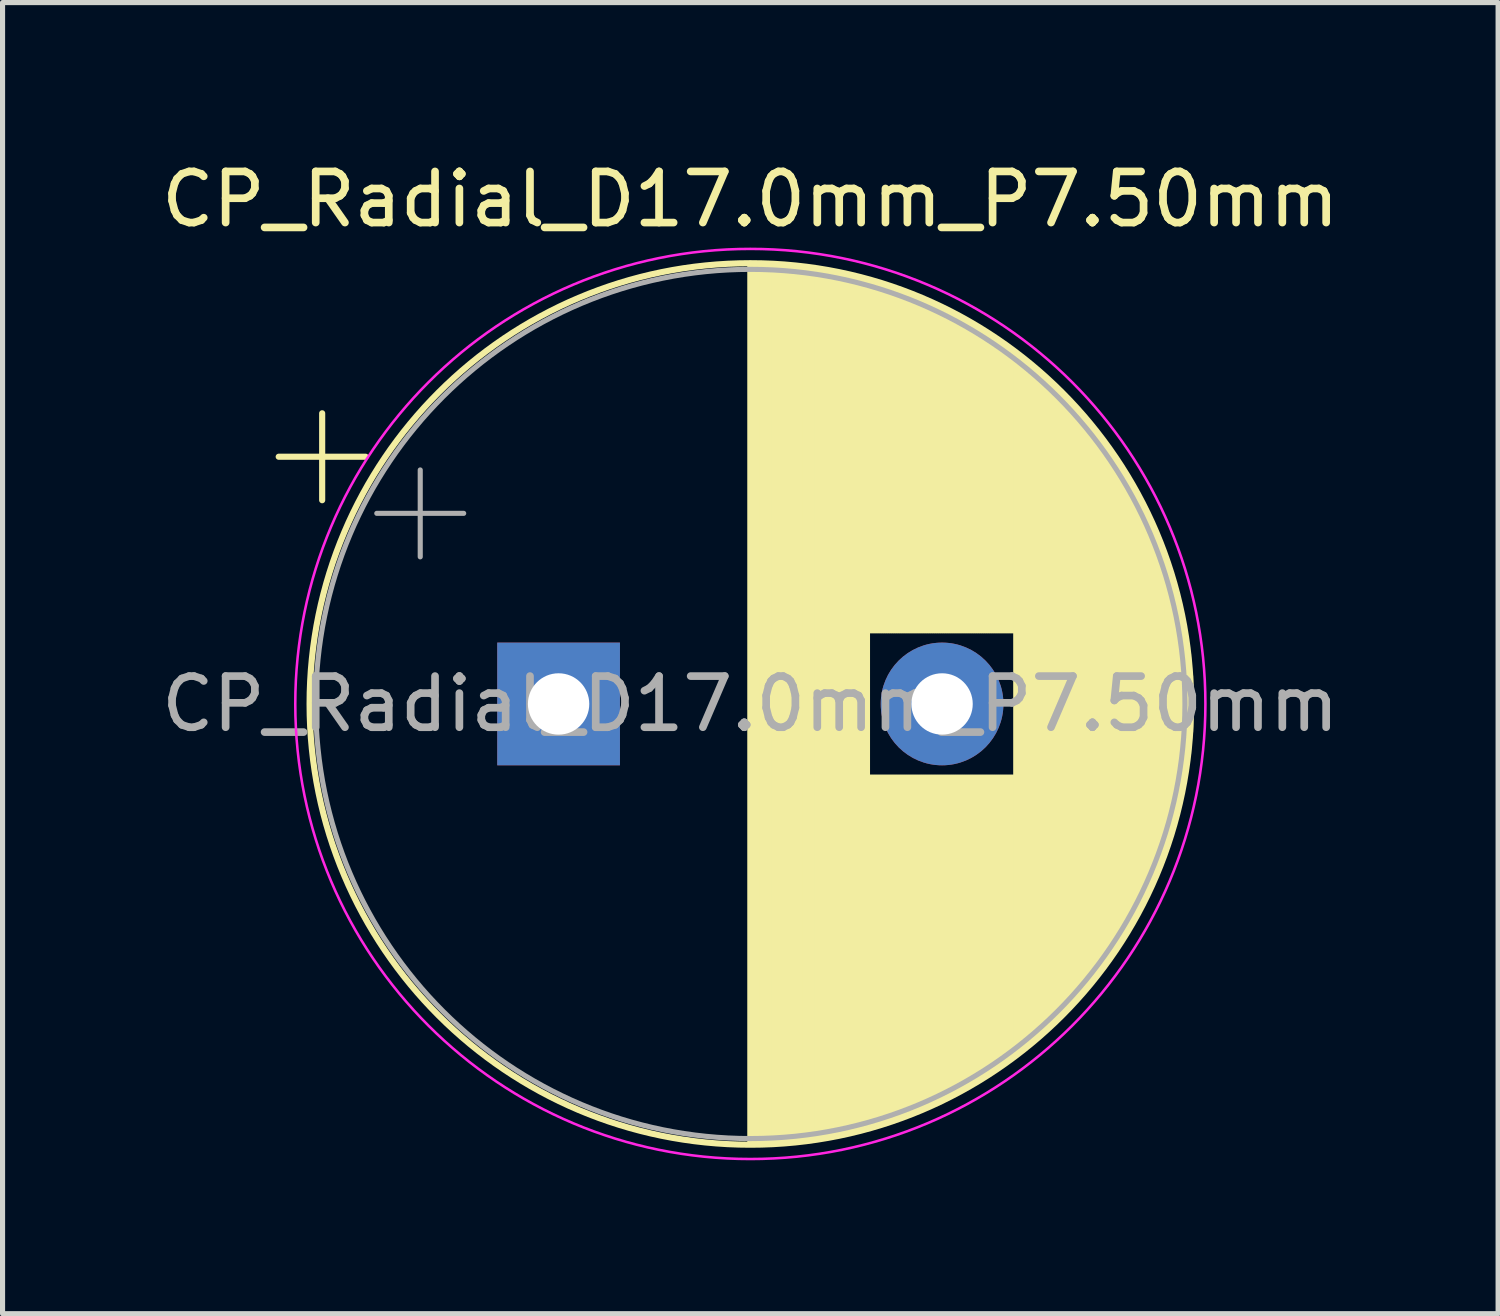
<source format=kicad_pcb>
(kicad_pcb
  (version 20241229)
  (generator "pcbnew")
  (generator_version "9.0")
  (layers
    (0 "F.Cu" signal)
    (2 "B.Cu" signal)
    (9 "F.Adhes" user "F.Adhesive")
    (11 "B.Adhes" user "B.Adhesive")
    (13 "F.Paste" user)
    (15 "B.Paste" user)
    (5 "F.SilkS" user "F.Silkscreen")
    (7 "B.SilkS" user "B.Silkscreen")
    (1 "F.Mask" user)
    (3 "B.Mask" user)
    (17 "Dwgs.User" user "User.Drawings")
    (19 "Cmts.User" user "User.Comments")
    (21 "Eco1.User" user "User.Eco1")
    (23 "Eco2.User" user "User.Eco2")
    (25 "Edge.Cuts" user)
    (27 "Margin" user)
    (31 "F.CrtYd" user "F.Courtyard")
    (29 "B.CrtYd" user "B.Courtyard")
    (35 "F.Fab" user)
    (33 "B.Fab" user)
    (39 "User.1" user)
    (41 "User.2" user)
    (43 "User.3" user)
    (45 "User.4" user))
  (footprint "CP_Radial_D17.0mm_P7.50mm"
    (layer "F.Cu")
    (at 7.875 10.718)
    (property "Reference" "CP_Radial_D17.0mm_P7.50mm" (at 3.75 -9.87 0) (layer "F.SilkS") (effects (font (size 1 1) (thickness 0.15))))
    (attr through_hole)
    (fp_line (start -5.474 -4.835) (end -3.774 -4.835) (stroke (width 0.12) (type solid)) (layer "F.SilkS"))
    (fp_line (start -4.624 -5.685) (end -4.624 -3.985) (stroke (width 0.12) (type solid)) (layer "F.SilkS"))
    (fp_line (start 3.75 -8.581) (end 3.75 8.581) (stroke (width 0.12) (type solid)) (layer "F.SilkS"))
    (fp_line (start 3.79 -8.58) (end 3.79 8.58) (stroke (width 0.12) (type solid)) (layer "F.SilkS"))
    (fp_line (start 3.83 -8.58) (end 3.83 8.58) (stroke (width 0.12) (type solid)) (layer "F.SilkS"))
    (fp_line (start 3.87 -8.58) (end 3.87 8.58) (stroke (width 0.12) (type solid)) (layer "F.SilkS"))
    (fp_line (start 3.91 -8.579) (end 3.91 8.579) (stroke (width 0.12) (type solid)) (layer "F.SilkS"))
    (fp_line (start 3.95 -8.578) (end 3.95 8.578) (stroke (width 0.12) (type solid)) (layer "F.SilkS"))
    (fp_line (start 3.99 -8.577) (end 3.99 8.577) (stroke (width 0.12) (type solid)) (layer "F.SilkS"))
    (fp_line (start 4.03 -8.576) (end 4.03 8.576) (stroke (width 0.12) (type solid)) (layer "F.SilkS"))
    (fp_line (start 4.07 -8.575) (end 4.07 8.575) (stroke (width 0.12) (type solid)) (layer "F.SilkS"))
    (fp_line (start 4.11 -8.573) (end 4.11 8.573) (stroke (width 0.12) (type solid)) (layer "F.SilkS"))
    (fp_line (start 4.15 -8.571) (end 4.15 8.571) (stroke (width 0.12) (type solid)) (layer "F.SilkS"))
    (fp_line (start 4.19 -8.569) (end 4.19 8.569) (stroke (width 0.12) (type solid)) (layer "F.SilkS"))
    (fp_line (start 4.23 -8.567) (end 4.23 8.567) (stroke (width 0.12) (type solid)) (layer "F.SilkS"))
    (fp_line (start 4.27 -8.565) (end 4.27 8.565) (stroke (width 0.12) (type solid)) (layer "F.SilkS"))
    (fp_line (start 4.31 -8.562) (end 4.31 8.562) (stroke (width 0.12) (type solid)) (layer "F.SilkS"))
    (fp_line (start 4.35 -8.56) (end 4.35 8.56) (stroke (width 0.12) (type solid)) (layer "F.SilkS"))
    (fp_line (start 4.39 -8.557) (end 4.39 8.557) (stroke (width 0.12) (type solid)) (layer "F.SilkS"))
    (fp_line (start 4.43 -8.554) (end 4.43 8.554) (stroke (width 0.12) (type solid)) (layer "F.SilkS"))
    (fp_line (start 4.471 -8.55) (end 4.471 8.55) (stroke (width 0.12) (type solid)) (layer "F.SilkS"))
    (fp_line (start 4.511 -8.547) (end 4.511 8.547) (stroke (width 0.12) (type solid)) (layer "F.SilkS"))
    (fp_line (start 4.551 -8.543) (end 4.551 8.543) (stroke (width 0.12) (type solid)) (layer "F.SilkS"))
    (fp_line (start 4.591 -8.539) (end 4.591 8.539) (stroke (width 0.12) (type solid)) (layer "F.SilkS"))
    (fp_line (start 4.631 -8.535) (end 4.631 8.535) (stroke (width 0.12) (type solid)) (layer "F.SilkS"))
    (fp_line (start 4.671 -8.531) (end 4.671 8.531) (stroke (width 0.12) (type solid)) (layer "F.SilkS"))
    (fp_line (start 4.711 -8.527) (end 4.711 8.527) (stroke (width 0.12) (type solid)) (layer "F.SilkS"))
    (fp_line (start 4.751 -8.522) (end 4.751 8.522) (stroke (width 0.12) (type solid)) (layer "F.SilkS"))
    (fp_line (start 4.791 -8.518) (end 4.791 8.518) (stroke (width 0.12) (type solid)) (layer "F.SilkS"))
    (fp_line (start 4.831 -8.513) (end 4.831 8.513) (stroke (width 0.12) (type solid)) (layer "F.SilkS"))
    (fp_line (start 4.871 -8.507) (end 4.871 8.507) (stroke (width 0.12) (type solid)) (layer "F.SilkS"))
    (fp_line (start 4.911 -8.502) (end 4.911 8.502) (stroke (width 0.12) (type solid)) (layer "F.SilkS"))
    (fp_line (start 4.951 -8.497) (end 4.951 8.497) (stroke (width 0.12) (type solid)) (layer "F.SilkS"))
    (fp_line (start 4.991 -8.491) (end 4.991 8.491) (stroke (width 0.12) (type solid)) (layer "F.SilkS"))
    (fp_line (start 5.031 -8.485) (end 5.031 8.485) (stroke (width 0.12) (type solid)) (layer "F.SilkS"))
    (fp_line (start 5.071 -8.479) (end 5.071 8.479) (stroke (width 0.12) (type solid)) (layer "F.SilkS"))
    (fp_line (start 5.111 -8.473) (end 5.111 8.473) (stroke (width 0.12) (type solid)) (layer "F.SilkS"))
    (fp_line (start 5.151 -8.466) (end 5.151 8.466) (stroke (width 0.12) (type solid)) (layer "F.SilkS"))
    (fp_line (start 5.191 -8.459) (end 5.191 8.459) (stroke (width 0.12) (type solid)) (layer "F.SilkS"))
    (fp_line (start 5.231 -8.452) (end 5.231 8.452) (stroke (width 0.12) (type solid)) (layer "F.SilkS"))
    (fp_line (start 5.271 -8.445) (end 5.271 8.445) (stroke (width 0.12) (type solid)) (layer "F.SilkS"))
    (fp_line (start 5.311 -8.438) (end 5.311 8.438) (stroke (width 0.12) (type solid)) (layer "F.SilkS"))
    (fp_line (start 5.351 -8.431) (end 5.351 8.431) (stroke (width 0.12) (type solid)) (layer "F.SilkS"))
    (fp_line (start 5.391 -8.423) (end 5.391 8.423) (stroke (width 0.12) (type solid)) (layer "F.SilkS"))
    (fp_line (start 5.431 -8.415) (end 5.431 8.415) (stroke (width 0.12) (type solid)) (layer "F.SilkS"))
    (fp_line (start 5.471 -8.407) (end 5.471 8.407) (stroke (width 0.12) (type solid)) (layer "F.SilkS"))
    (fp_line (start 5.511 -8.399) (end 5.511 8.399) (stroke (width 0.12) (type solid)) (layer "F.SilkS"))
    (fp_line (start 5.551 -8.39) (end 5.551 8.39) (stroke (width 0.12) (type solid)) (layer "F.SilkS"))
    (fp_line (start 5.591 -8.382) (end 5.591 8.382) (stroke (width 0.12) (type solid)) (layer "F.SilkS"))
    (fp_line (start 5.631 -8.373) (end 5.631 8.373) (stroke (width 0.12) (type solid)) (layer "F.SilkS"))
    (fp_line (start 5.671 -8.364) (end 5.671 8.364) (stroke (width 0.12) (type solid)) (layer "F.SilkS"))
    (fp_line (start 5.711 -8.355) (end 5.711 8.355) (stroke (width 0.12) (type solid)) (layer "F.SilkS"))
    (fp_line (start 5.751 -8.345) (end 5.751 8.345) (stroke (width 0.12) (type solid)) (layer "F.SilkS"))
    (fp_line (start 5.791 -8.336) (end 5.791 8.336) (stroke (width 0.12) (type solid)) (layer "F.SilkS"))
    (fp_line (start 5.831 -8.326) (end 5.831 8.326) (stroke (width 0.12) (type solid)) (layer "F.SilkS"))
    (fp_line (start 5.871 -8.316) (end 5.871 8.316) (stroke (width 0.12) (type solid)) (layer "F.SilkS"))
    (fp_line (start 5.911 -8.305) (end 5.911 8.305) (stroke (width 0.12) (type solid)) (layer "F.SilkS"))
    (fp_line (start 5.951 -8.295) (end 5.951 8.295) (stroke (width 0.12) (type solid)) (layer "F.SilkS"))
    (fp_line (start 5.991 -8.284) (end 5.991 8.284) (stroke (width 0.12) (type solid)) (layer "F.SilkS"))
    (fp_line (start 6.031 -8.274) (end 6.031 8.274) (stroke (width 0.12) (type solid)) (layer "F.SilkS"))
    (fp_line (start 6.071 -8.262) (end 6.071 -1.44) (stroke (width 0.12) (type solid)) (layer "F.SilkS"))
    (fp_line (start 6.071 1.44) (end 6.071 8.262) (stroke (width 0.12) (type solid)) (layer "F.SilkS"))
    (fp_line (start 6.111 -8.251) (end 6.111 -1.44) (stroke (width 0.12) (type solid)) (layer "F.SilkS"))
    (fp_line (start 6.111 1.44) (end 6.111 8.251) (stroke (width 0.12) (type solid)) (layer "F.SilkS"))
    (fp_line (start 6.151 -8.24) (end 6.151 -1.44) (stroke (width 0.12) (type solid)) (layer "F.SilkS"))
    (fp_line (start 6.151 1.44) (end 6.151 8.24) (stroke (width 0.12) (type solid)) (layer "F.SilkS"))
    (fp_line (start 6.191 -8.228) (end 6.191 -1.44) (stroke (width 0.12) (type solid)) (layer "F.SilkS"))
    (fp_line (start 6.191 1.44) (end 6.191 8.228) (stroke (width 0.12) (type solid)) (layer "F.SilkS"))
    (fp_line (start 6.231 -8.216) (end 6.231 -1.44) (stroke (width 0.12) (type solid)) (layer "F.SilkS"))
    (fp_line (start 6.231 1.44) (end 6.231 8.216) (stroke (width 0.12) (type solid)) (layer "F.SilkS"))
    (fp_line (start 6.271 -8.204) (end 6.271 -1.44) (stroke (width 0.12) (type solid)) (layer "F.SilkS"))
    (fp_line (start 6.271 1.44) (end 6.271 8.204) (stroke (width 0.12) (type solid)) (layer "F.SilkS"))
    (fp_line (start 6.311 -8.192) (end 6.311 -1.44) (stroke (width 0.12) (type solid)) (layer "F.SilkS"))
    (fp_line (start 6.311 1.44) (end 6.311 8.192) (stroke (width 0.12) (type solid)) (layer "F.SilkS"))
    (fp_line (start 6.351 -8.179) (end 6.351 -1.44) (stroke (width 0.12) (type solid)) (layer "F.SilkS"))
    (fp_line (start 6.351 1.44) (end 6.351 8.179) (stroke (width 0.12) (type solid)) (layer "F.SilkS"))
    (fp_line (start 6.391 -8.166) (end 6.391 -1.44) (stroke (width 0.12) (type solid)) (layer "F.SilkS"))
    (fp_line (start 6.391 1.44) (end 6.391 8.166) (stroke (width 0.12) (type solid)) (layer "F.SilkS"))
    (fp_line (start 6.431 -8.153) (end 6.431 -1.44) (stroke (width 0.12) (type solid)) (layer "F.SilkS"))
    (fp_line (start 6.431 1.44) (end 6.431 8.153) (stroke (width 0.12) (type solid)) (layer "F.SilkS"))
    (fp_line (start 6.471 -8.14) (end 6.471 -1.44) (stroke (width 0.12) (type solid)) (layer "F.SilkS"))
    (fp_line (start 6.471 1.44) (end 6.471 8.14) (stroke (width 0.12) (type solid)) (layer "F.SilkS"))
    (fp_line (start 6.511 -8.127) (end 6.511 -1.44) (stroke (width 0.12) (type solid)) (layer "F.SilkS"))
    (fp_line (start 6.511 1.44) (end 6.511 8.127) (stroke (width 0.12) (type solid)) (layer "F.SilkS"))
    (fp_line (start 6.551 -8.113) (end 6.551 -1.44) (stroke (width 0.12) (type solid)) (layer "F.SilkS"))
    (fp_line (start 6.551 1.44) (end 6.551 8.113) (stroke (width 0.12) (type solid)) (layer "F.SilkS"))
    (fp_line (start 6.591 -8.099) (end 6.591 -1.44) (stroke (width 0.12) (type solid)) (layer "F.SilkS"))
    (fp_line (start 6.591 1.44) (end 6.591 8.099) (stroke (width 0.12) (type solid)) (layer "F.SilkS"))
    (fp_line (start 6.631 -8.085) (end 6.631 -1.44) (stroke (width 0.12) (type solid)) (layer "F.SilkS"))
    (fp_line (start 6.631 1.44) (end 6.631 8.085) (stroke (width 0.12) (type solid)) (layer "F.SilkS"))
    (fp_line (start 6.671 -8.071) (end 6.671 -1.44) (stroke (width 0.12) (type solid)) (layer "F.SilkS"))
    (fp_line (start 6.671 1.44) (end 6.671 8.071) (stroke (width 0.12) (type solid)) (layer "F.SilkS"))
    (fp_line (start 6.711 -8.056) (end 6.711 -1.44) (stroke (width 0.12) (type solid)) (layer "F.SilkS"))
    (fp_line (start 6.711 1.44) (end 6.711 8.056) (stroke (width 0.12) (type solid)) (layer "F.SilkS"))
    (fp_line (start 6.751 -8.042) (end 6.751 -1.44) (stroke (width 0.12) (type solid)) (layer "F.SilkS"))
    (fp_line (start 6.751 1.44) (end 6.751 8.042) (stroke (width 0.12) (type solid)) (layer "F.SilkS"))
    (fp_line (start 6.791 -8.027) (end 6.791 -1.44) (stroke (width 0.12) (type solid)) (layer "F.SilkS"))
    (fp_line (start 6.791 1.44) (end 6.791 8.027) (stroke (width 0.12) (type solid)) (layer "F.SilkS"))
    (fp_line (start 6.831 -8.011) (end 6.831 -1.44) (stroke (width 0.12) (type solid)) (layer "F.SilkS"))
    (fp_line (start 6.831 1.44) (end 6.831 8.011) (stroke (width 0.12) (type solid)) (layer "F.SilkS"))
    (fp_line (start 6.871 -7.996) (end 6.871 -1.44) (stroke (width 0.12) (type solid)) (layer "F.SilkS"))
    (fp_line (start 6.871 1.44) (end 6.871 7.996) (stroke (width 0.12) (type solid)) (layer "F.SilkS"))
    (fp_line (start 6.911 -7.98) (end 6.911 -1.44) (stroke (width 0.12) (type solid)) (layer "F.SilkS"))
    (fp_line (start 6.911 1.44) (end 6.911 7.98) (stroke (width 0.12) (type solid)) (layer "F.SilkS"))
    (fp_line (start 6.951 -7.965) (end 6.951 -1.44) (stroke (width 0.12) (type solid)) (layer "F.SilkS"))
    (fp_line (start 6.951 1.44) (end 6.951 7.965) (stroke (width 0.12) (type solid)) (layer "F.SilkS"))
    (fp_line (start 6.991 -7.948) (end 6.991 -1.44) (stroke (width 0.12) (type solid)) (layer "F.SilkS"))
    (fp_line (start 6.991 1.44) (end 6.991 7.948) (stroke (width 0.12) (type solid)) (layer "F.SilkS"))
    (fp_line (start 7.031 -7.932) (end 7.031 -1.44) (stroke (width 0.12) (type solid)) (layer "F.SilkS"))
    (fp_line (start 7.031 1.44) (end 7.031 7.932) (stroke (width 0.12) (type solid)) (layer "F.SilkS"))
    (fp_line (start 7.071 -7.915) (end 7.071 -1.44) (stroke (width 0.12) (type solid)) (layer "F.SilkS"))
    (fp_line (start 7.071 1.44) (end 7.071 7.915) (stroke (width 0.12) (type solid)) (layer "F.SilkS"))
    (fp_line (start 7.111 -7.899) (end 7.111 -1.44) (stroke (width 0.12) (type solid)) (layer "F.SilkS"))
    (fp_line (start 7.111 1.44) (end 7.111 7.899) (stroke (width 0.12) (type solid)) (layer "F.SilkS"))
    (fp_line (start 7.151 -7.882) (end 7.151 -1.44) (stroke (width 0.12) (type solid)) (layer "F.SilkS"))
    (fp_line (start 7.151 1.44) (end 7.151 7.882) (stroke (width 0.12) (type solid)) (layer "F.SilkS"))
    (fp_line (start 7.191 -7.864) (end 7.191 -1.44) (stroke (width 0.12) (type solid)) (layer "F.SilkS"))
    (fp_line (start 7.191 1.44) (end 7.191 7.864) (stroke (width 0.12) (type solid)) (layer "F.SilkS"))
    (fp_line (start 7.231 -7.847) (end 7.231 -1.44) (stroke (width 0.12) (type solid)) (layer "F.SilkS"))
    (fp_line (start 7.231 1.44) (end 7.231 7.847) (stroke (width 0.12) (type solid)) (layer "F.SilkS"))
    (fp_line (start 7.271 -7.829) (end 7.271 -1.44) (stroke (width 0.12) (type solid)) (layer "F.SilkS"))
    (fp_line (start 7.271 1.44) (end 7.271 7.829) (stroke (width 0.12) (type solid)) (layer "F.SilkS"))
    (fp_line (start 7.311 -7.811) (end 7.311 -1.44) (stroke (width 0.12) (type solid)) (layer "F.SilkS"))
    (fp_line (start 7.311 1.44) (end 7.311 7.811) (stroke (width 0.12) (type solid)) (layer "F.SilkS"))
    (fp_line (start 7.351 -7.793) (end 7.351 -1.44) (stroke (width 0.12) (type solid)) (layer "F.SilkS"))
    (fp_line (start 7.351 1.44) (end 7.351 7.793) (stroke (width 0.12) (type solid)) (layer "F.SilkS"))
    (fp_line (start 7.391 -7.774) (end 7.391 -1.44) (stroke (width 0.12) (type solid)) (layer "F.SilkS"))
    (fp_line (start 7.391 1.44) (end 7.391 7.774) (stroke (width 0.12) (type solid)) (layer "F.SilkS"))
    (fp_line (start 7.431 -7.755) (end 7.431 -1.44) (stroke (width 0.12) (type solid)) (layer "F.SilkS"))
    (fp_line (start 7.431 1.44) (end 7.431 7.755) (stroke (width 0.12) (type solid)) (layer "F.SilkS"))
    (fp_line (start 7.471 -7.736) (end 7.471 -1.44) (stroke (width 0.12) (type solid)) (layer "F.SilkS"))
    (fp_line (start 7.471 1.44) (end 7.471 7.736) (stroke (width 0.12) (type solid)) (layer "F.SilkS"))
    (fp_line (start 7.511 -7.717) (end 7.511 -1.44) (stroke (width 0.12) (type solid)) (layer "F.SilkS"))
    (fp_line (start 7.511 1.44) (end 7.511 7.717) (stroke (width 0.12) (type solid)) (layer "F.SilkS"))
    (fp_line (start 7.551 -7.698) (end 7.551 -1.44) (stroke (width 0.12) (type solid)) (layer "F.SilkS"))
    (fp_line (start 7.551 1.44) (end 7.551 7.698) (stroke (width 0.12) (type solid)) (layer "F.SilkS"))
    (fp_line (start 7.591 -7.678) (end 7.591 -1.44) (stroke (width 0.12) (type solid)) (layer "F.SilkS"))
    (fp_line (start 7.591 1.44) (end 7.591 7.678) (stroke (width 0.12) (type solid)) (layer "F.SilkS"))
    (fp_line (start 7.631 -7.658) (end 7.631 -1.44) (stroke (width 0.12) (type solid)) (layer "F.SilkS"))
    (fp_line (start 7.631 1.44) (end 7.631 7.658) (stroke (width 0.12) (type solid)) (layer "F.SilkS"))
    (fp_line (start 7.671 -7.638) (end 7.671 -1.44) (stroke (width 0.12) (type solid)) (layer "F.SilkS"))
    (fp_line (start 7.671 1.44) (end 7.671 7.638) (stroke (width 0.12) (type solid)) (layer "F.SilkS"))
    (fp_line (start 7.711 -7.617) (end 7.711 -1.44) (stroke (width 0.12) (type solid)) (layer "F.SilkS"))
    (fp_line (start 7.711 1.44) (end 7.711 7.617) (stroke (width 0.12) (type solid)) (layer "F.SilkS"))
    (fp_line (start 7.751 -7.596) (end 7.751 -1.44) (stroke (width 0.12) (type solid)) (layer "F.SilkS"))
    (fp_line (start 7.751 1.44) (end 7.751 7.596) (stroke (width 0.12) (type solid)) (layer "F.SilkS"))
    (fp_line (start 7.791 -7.575) (end 7.791 -1.44) (stroke (width 0.12) (type solid)) (layer "F.SilkS"))
    (fp_line (start 7.791 1.44) (end 7.791 7.575) (stroke (width 0.12) (type solid)) (layer "F.SilkS"))
    (fp_line (start 7.831 -7.554) (end 7.831 -1.44) (stroke (width 0.12) (type solid)) (layer "F.SilkS"))
    (fp_line (start 7.831 1.44) (end 7.831 7.554) (stroke (width 0.12) (type solid)) (layer "F.SilkS"))
    (fp_line (start 7.871 -7.532) (end 7.871 -1.44) (stroke (width 0.12) (type solid)) (layer "F.SilkS"))
    (fp_line (start 7.871 1.44) (end 7.871 7.532) (stroke (width 0.12) (type solid)) (layer "F.SilkS"))
    (fp_line (start 7.911 -7.51) (end 7.911 -1.44) (stroke (width 0.12) (type solid)) (layer "F.SilkS"))
    (fp_line (start 7.911 1.44) (end 7.911 7.51) (stroke (width 0.12) (type solid)) (layer "F.SilkS"))
    (fp_line (start 7.951 -7.488) (end 7.951 -1.44) (stroke (width 0.12) (type solid)) (layer "F.SilkS"))
    (fp_line (start 7.951 1.44) (end 7.951 7.488) (stroke (width 0.12) (type solid)) (layer "F.SilkS"))
    (fp_line (start 7.991 -7.466) (end 7.991 -1.44) (stroke (width 0.12) (type solid)) (layer "F.SilkS"))
    (fp_line (start 7.991 1.44) (end 7.991 7.466) (stroke (width 0.12) (type solid)) (layer "F.SilkS"))
    (fp_line (start 8.031 -7.443) (end 8.031 -1.44) (stroke (width 0.12) (type solid)) (layer "F.SilkS"))
    (fp_line (start 8.031 1.44) (end 8.031 7.443) (stroke (width 0.12) (type solid)) (layer "F.SilkS"))
    (fp_line (start 8.071 -7.42) (end 8.071 -1.44) (stroke (width 0.12) (type solid)) (layer "F.SilkS"))
    (fp_line (start 8.071 1.44) (end 8.071 7.42) (stroke (width 0.12) (type solid)) (layer "F.SilkS"))
    (fp_line (start 8.111 -7.397) (end 8.111 -1.44) (stroke (width 0.12) (type solid)) (layer "F.SilkS"))
    (fp_line (start 8.111 1.44) (end 8.111 7.397) (stroke (width 0.12) (type solid)) (layer "F.SilkS"))
    (fp_line (start 8.151 -7.373) (end 8.151 -1.44) (stroke (width 0.12) (type solid)) (layer "F.SilkS"))
    (fp_line (start 8.151 1.44) (end 8.151 7.373) (stroke (width 0.12) (type solid)) (layer "F.SilkS"))
    (fp_line (start 8.191 -7.349) (end 8.191 -1.44) (stroke (width 0.12) (type solid)) (layer "F.SilkS"))
    (fp_line (start 8.191 1.44) (end 8.191 7.349) (stroke (width 0.12) (type solid)) (layer "F.SilkS"))
    (fp_line (start 8.231 -7.325) (end 8.231 -1.44) (stroke (width 0.12) (type solid)) (layer "F.SilkS"))
    (fp_line (start 8.231 1.44) (end 8.231 7.325) (stroke (width 0.12) (type solid)) (layer "F.SilkS"))
    (fp_line (start 8.271 -7.3) (end 8.271 -1.44) (stroke (width 0.12) (type solid)) (layer "F.SilkS"))
    (fp_line (start 8.271 1.44) (end 8.271 7.3) (stroke (width 0.12) (type solid)) (layer "F.SilkS"))
    (fp_line (start 8.311 -7.276) (end 8.311 -1.44) (stroke (width 0.12) (type solid)) (layer "F.SilkS"))
    (fp_line (start 8.311 1.44) (end 8.311 7.276) (stroke (width 0.12) (type solid)) (layer "F.SilkS"))
    (fp_line (start 8.351 -7.251) (end 8.351 -1.44) (stroke (width 0.12) (type solid)) (layer "F.SilkS"))
    (fp_line (start 8.351 1.44) (end 8.351 7.251) (stroke (width 0.12) (type solid)) (layer "F.SilkS"))
    (fp_line (start 8.391 -7.225) (end 8.391 -1.44) (stroke (width 0.12) (type solid)) (layer "F.SilkS"))
    (fp_line (start 8.391 1.44) (end 8.391 7.225) (stroke (width 0.12) (type solid)) (layer "F.SilkS"))
    (fp_line (start 8.431 -7.199) (end 8.431 -1.44) (stroke (width 0.12) (type solid)) (layer "F.SilkS"))
    (fp_line (start 8.431 1.44) (end 8.431 7.199) (stroke (width 0.12) (type solid)) (layer "F.SilkS"))
    (fp_line (start 8.471 -7.173) (end 8.471 -1.44) (stroke (width 0.12) (type solid)) (layer "F.SilkS"))
    (fp_line (start 8.471 1.44) (end 8.471 7.173) (stroke (width 0.12) (type solid)) (layer "F.SilkS"))
    (fp_line (start 8.511 -7.147) (end 8.511 -1.44) (stroke (width 0.12) (type solid)) (layer "F.SilkS"))
    (fp_line (start 8.511 1.44) (end 8.511 7.147) (stroke (width 0.12) (type solid)) (layer "F.SilkS"))
    (fp_line (start 8.551 -7.12) (end 8.551 -1.44) (stroke (width 0.12) (type solid)) (layer "F.SilkS"))
    (fp_line (start 8.551 1.44) (end 8.551 7.12) (stroke (width 0.12) (type solid)) (layer "F.SilkS"))
    (fp_line (start 8.591 -7.093) (end 8.591 -1.44) (stroke (width 0.12) (type solid)) (layer "F.SilkS"))
    (fp_line (start 8.591 1.44) (end 8.591 7.093) (stroke (width 0.12) (type solid)) (layer "F.SilkS"))
    (fp_line (start 8.631 -7.066) (end 8.631 -1.44) (stroke (width 0.12) (type solid)) (layer "F.SilkS"))
    (fp_line (start 8.631 1.44) (end 8.631 7.066) (stroke (width 0.12) (type solid)) (layer "F.SilkS"))
    (fp_line (start 8.671 -7.038) (end 8.671 -1.44) (stroke (width 0.12) (type solid)) (layer "F.SilkS"))
    (fp_line (start 8.671 1.44) (end 8.671 7.038) (stroke (width 0.12) (type solid)) (layer "F.SilkS"))
    (fp_line (start 8.711 -7.011) (end 8.711 -1.44) (stroke (width 0.12) (type solid)) (layer "F.SilkS"))
    (fp_line (start 8.711 1.44) (end 8.711 7.011) (stroke (width 0.12) (type solid)) (layer "F.SilkS"))
    (fp_line (start 8.751 -6.982) (end 8.751 -1.44) (stroke (width 0.12) (type solid)) (layer "F.SilkS"))
    (fp_line (start 8.751 1.44) (end 8.751 6.982) (stroke (width 0.12) (type solid)) (layer "F.SilkS"))
    (fp_line (start 8.791 -6.954) (end 8.791 -1.44) (stroke (width 0.12) (type solid)) (layer "F.SilkS"))
    (fp_line (start 8.791 1.44) (end 8.791 6.954) (stroke (width 0.12) (type solid)) (layer "F.SilkS"))
    (fp_line (start 8.831 -6.925) (end 8.831 -1.44) (stroke (width 0.12) (type solid)) (layer "F.SilkS"))
    (fp_line (start 8.831 1.44) (end 8.831 6.925) (stroke (width 0.12) (type solid)) (layer "F.SilkS"))
    (fp_line (start 8.871 -6.895) (end 8.871 -1.44) (stroke (width 0.12) (type solid)) (layer "F.SilkS"))
    (fp_line (start 8.871 1.44) (end 8.871 6.895) (stroke (width 0.12) (type solid)) (layer "F.SilkS"))
    (fp_line (start 8.911 -6.865) (end 8.911 -1.44) (stroke (width 0.12) (type solid)) (layer "F.SilkS"))
    (fp_line (start 8.911 1.44) (end 8.911 6.865) (stroke (width 0.12) (type solid)) (layer "F.SilkS"))
    (fp_line (start 8.951 -6.835) (end 8.951 6.835) (stroke (width 0.12) (type solid)) (layer "F.SilkS"))
    (fp_line (start 8.991 -6.805) (end 8.991 6.805) (stroke (width 0.12) (type solid)) (layer "F.SilkS"))
    (fp_line (start 9.031 -6.774) (end 9.031 6.774) (stroke (width 0.12) (type solid)) (layer "F.SilkS"))
    (fp_line (start 9.071 -6.743) (end 9.071 6.743) (stroke (width 0.12) (type solid)) (layer "F.SilkS"))
    (fp_line (start 9.111 -6.711) (end 9.111 6.711) (stroke (width 0.12) (type solid)) (layer "F.SilkS"))
    (fp_line (start 9.151 -6.679) (end 9.151 6.679) (stroke (width 0.12) (type solid)) (layer "F.SilkS"))
    (fp_line (start 9.191 -6.647) (end 9.191 6.647) (stroke (width 0.12) (type solid)) (layer "F.SilkS"))
    (fp_line (start 9.231 -6.614) (end 9.231 6.614) (stroke (width 0.12) (type solid)) (layer "F.SilkS"))
    (fp_line (start 9.271 -6.581) (end 9.271 6.581) (stroke (width 0.12) (type solid)) (layer "F.SilkS"))
    (fp_line (start 9.311 -6.548) (end 9.311 6.548) (stroke (width 0.12) (type solid)) (layer "F.SilkS"))
    (fp_line (start 9.351 -6.514) (end 9.351 6.514) (stroke (width 0.12) (type solid)) (layer "F.SilkS"))
    (fp_line (start 9.391 -6.479) (end 9.391 6.479) (stroke (width 0.12) (type solid)) (layer "F.SilkS"))
    (fp_line (start 9.431 -6.444) (end 9.431 6.444) (stroke (width 0.12) (type solid)) (layer "F.SilkS"))
    (fp_line (start 9.471 -6.409) (end 9.471 6.409) (stroke (width 0.12) (type solid)) (layer "F.SilkS"))
    (fp_line (start 9.511 -6.374) (end 9.511 6.374) (stroke (width 0.12) (type solid)) (layer "F.SilkS"))
    (fp_line (start 9.551 -6.337) (end 9.551 6.337) (stroke (width 0.12) (type solid)) (layer "F.SilkS"))
    (fp_line (start 9.591 -6.301) (end 9.591 6.301) (stroke (width 0.12) (type solid)) (layer "F.SilkS"))
    (fp_line (start 9.631 -6.264) (end 9.631 6.264) (stroke (width 0.12) (type solid)) (layer "F.SilkS"))
    (fp_line (start 9.671 -6.226) (end 9.671 6.226) (stroke (width 0.12) (type solid)) (layer "F.SilkS"))
    (fp_line (start 9.711 -6.188) (end 9.711 6.188) (stroke (width 0.12) (type solid)) (layer "F.SilkS"))
    (fp_line (start 9.751 -6.15) (end 9.751 6.15) (stroke (width 0.12) (type solid)) (layer "F.SilkS"))
    (fp_line (start 9.791 -6.111) (end 9.791 6.111) (stroke (width 0.12) (type solid)) (layer "F.SilkS"))
    (fp_line (start 9.831 -6.071) (end 9.831 6.071) (stroke (width 0.12) (type solid)) (layer "F.SilkS"))
    (fp_line (start 9.871 -6.031) (end 9.871 6.031) (stroke (width 0.12) (type solid)) (layer "F.SilkS"))
    (fp_line (start 9.911 -5.99) (end 9.911 5.99) (stroke (width 0.12) (type solid)) (layer "F.SilkS"))
    (fp_line (start 9.951 -5.949) (end 9.951 5.949) (stroke (width 0.12) (type solid)) (layer "F.SilkS"))
    (fp_line (start 9.991 -5.907) (end 9.991 5.907) (stroke (width 0.12) (type solid)) (layer "F.SilkS"))
    (fp_line (start 10.031 -5.865) (end 10.031 5.865) (stroke (width 0.12) (type solid)) (layer "F.SilkS"))
    (fp_line (start 10.071 -5.822) (end 10.071 5.822) (stroke (width 0.12) (type solid)) (layer "F.SilkS"))
    (fp_line (start 10.111 -5.779) (end 10.111 5.779) (stroke (width 0.12) (type solid)) (layer "F.SilkS"))
    (fp_line (start 10.151 -5.735) (end 10.151 5.735) (stroke (width 0.12) (type solid)) (layer "F.SilkS"))
    (fp_line (start 10.191 -5.69) (end 10.191 5.69) (stroke (width 0.12) (type solid)) (layer "F.SilkS"))
    (fp_line (start 10.231 -5.645) (end 10.231 5.645) (stroke (width 0.12) (type solid)) (layer "F.SilkS"))
    (fp_line (start 10.271 -5.599) (end 10.271 5.599) (stroke (width 0.12) (type solid)) (layer "F.SilkS"))
    (fp_line (start 10.311 -5.553) (end 10.311 5.553) (stroke (width 0.12) (type solid)) (layer "F.SilkS"))
    (fp_line (start 10.351 -5.505) (end 10.351 5.505) (stroke (width 0.12) (type solid)) (layer "F.SilkS"))
    (fp_line (start 10.391 -5.457) (end 10.391 5.457) (stroke (width 0.12) (type solid)) (layer "F.SilkS"))
    (fp_line (start 10.431 -5.409) (end 10.431 5.409) (stroke (width 0.12) (type solid)) (layer "F.SilkS"))
    (fp_line (start 10.471 -5.359) (end 10.471 5.359) (stroke (width 0.12) (type solid)) (layer "F.SilkS"))
    (fp_line (start 10.511 -5.309) (end 10.511 5.309) (stroke (width 0.12) (type solid)) (layer "F.SilkS"))
    (fp_line (start 10.551 -5.258) (end 10.551 5.258) (stroke (width 0.12) (type solid)) (layer "F.SilkS"))
    (fp_line (start 10.591 -5.206) (end 10.591 5.206) (stroke (width 0.12) (type solid)) (layer "F.SilkS"))
    (fp_line (start 10.631 -5.154) (end 10.631 5.154) (stroke (width 0.12) (type solid)) (layer "F.SilkS"))
    (fp_line (start 10.671 -5.1) (end 10.671 5.1) (stroke (width 0.12) (type solid)) (layer "F.SilkS"))
    (fp_line (start 10.711 -5.046) (end 10.711 5.046) (stroke (width 0.12) (type solid)) (layer "F.SilkS"))
    (fp_line (start 10.751 -4.991) (end 10.751 4.991) (stroke (width 0.12) (type solid)) (layer "F.SilkS"))
    (fp_line (start 10.791 -4.935) (end 10.791 4.935) (stroke (width 0.12) (type solid)) (layer "F.SilkS"))
    (fp_line (start 10.831 -4.878) (end 10.831 4.878) (stroke (width 0.12) (type solid)) (layer "F.SilkS"))
    (fp_line (start 10.871 -4.82) (end 10.871 4.82) (stroke (width 0.12) (type solid)) (layer "F.SilkS"))
    (fp_line (start 10.911 -4.76) (end 10.911 4.76) (stroke (width 0.12) (type solid)) (layer "F.SilkS"))
    (fp_line (start 10.951 -4.7) (end 10.951 4.7) (stroke (width 0.12) (type solid)) (layer "F.SilkS"))
    (fp_line (start 10.991 -4.639) (end 10.991 4.639) (stroke (width 0.12) (type solid)) (layer "F.SilkS"))
    (fp_line (start 11.031 -4.576) (end 11.031 4.576) (stroke (width 0.12) (type solid)) (layer "F.SilkS"))
    (fp_line (start 11.071 -4.513) (end 11.071 4.513) (stroke (width 0.12) (type solid)) (layer "F.SilkS"))
    (fp_line (start 11.111 -4.448) (end 11.111 4.448) (stroke (width 0.12) (type solid)) (layer "F.SilkS"))
    (fp_line (start 11.151 -4.381) (end 11.151 4.381) (stroke (width 0.12) (type solid)) (layer "F.SilkS"))
    (fp_line (start 11.191 -4.314) (end 11.191 4.314) (stroke (width 0.12) (type solid)) (layer "F.SilkS"))
    (fp_line (start 11.231 -4.245) (end 11.231 4.245) (stroke (width 0.12) (type solid)) (layer "F.SilkS"))
    (fp_line (start 11.271 -4.174) (end 11.271 4.174) (stroke (width 0.12) (type solid)) (layer "F.SilkS"))
    (fp_line (start 11.311 -4.102) (end 11.311 4.102) (stroke (width 0.12) (type solid)) (layer "F.SilkS"))
    (fp_line (start 11.351 -4.028) (end 11.351 4.028) (stroke (width 0.12) (type solid)) (layer "F.SilkS"))
    (fp_line (start 11.391 -3.952) (end 11.391 3.952) (stroke (width 0.12) (type solid)) (layer "F.SilkS"))
    (fp_line (start 11.431 -3.875) (end 11.431 3.875) (stroke (width 0.12) (type solid)) (layer "F.SilkS"))
    (fp_line (start 11.471 -3.795) (end 11.471 3.795) (stroke (width 0.12) (type solid)) (layer "F.SilkS"))
    (fp_line (start 11.511 -3.714) (end 11.511 3.714) (stroke (width 0.12) (type solid)) (layer "F.SilkS"))
    (fp_line (start 11.551 -3.63) (end 11.551 3.63) (stroke (width 0.12) (type solid)) (layer "F.SilkS"))
    (fp_line (start 11.591 -3.544) (end 11.591 3.544) (stroke (width 0.12) (type solid)) (layer "F.SilkS"))
    (fp_line (start 11.631 -3.455) (end 11.631 3.455) (stroke (width 0.12) (type solid)) (layer "F.SilkS"))
    (fp_line (start 11.671 -3.363) (end 11.671 3.363) (stroke (width 0.12) (type solid)) (layer "F.SilkS"))
    (fp_line (start 11.711 -3.268) (end 11.711 3.268) (stroke (width 0.12) (type solid)) (layer "F.SilkS"))
    (fp_line (start 11.751 -3.171) (end 11.751 3.171) (stroke (width 0.12) (type solid)) (layer "F.SilkS"))
    (fp_line (start 11.791 -3.069) (end 11.791 3.069) (stroke (width 0.12) (type solid)) (layer "F.SilkS"))
    (fp_line (start 11.831 -2.963) (end 11.831 2.963) (stroke (width 0.12) (type solid)) (layer "F.SilkS"))
    (fp_line (start 11.871 -2.854) (end 11.871 2.854) (stroke (width 0.12) (type solid)) (layer "F.SilkS"))
    (fp_line (start 11.911 -2.739) (end 11.911 2.739) (stroke (width 0.12) (type solid)) (layer "F.SilkS"))
    (fp_line (start 11.95 -2.618) (end 11.95 2.618) (stroke (width 0.12) (type solid)) (layer "F.SilkS"))
    (fp_line (start 11.99 -2.492) (end 11.99 2.492) (stroke (width 0.12) (type solid)) (layer "F.SilkS"))
    (fp_line (start 12.03 -2.358) (end 12.03 2.358) (stroke (width 0.12) (type solid)) (layer "F.SilkS"))
    (fp_line (start 12.07 -2.215) (end 12.07 2.215) (stroke (width 0.12) (type solid)) (layer "F.SilkS"))
    (fp_line (start 12.11 -2.062) (end 12.11 2.062) (stroke (width 0.12) (type solid)) (layer "F.SilkS"))
    (fp_line (start 12.15 -1.896) (end 12.15 1.896) (stroke (width 0.12) (type solid)) (layer "F.SilkS"))
    (fp_line (start 12.19 -1.713) (end 12.19 1.713) (stroke (width 0.12) (type solid)) (layer "F.SilkS"))
    (fp_line (start 12.23 -1.508) (end 12.23 1.508) (stroke (width 0.12) (type solid)) (layer "F.SilkS"))
    (fp_line (start 12.27 -1.27) (end 12.27 1.27) (stroke (width 0.12) (type solid)) (layer "F.SilkS"))
    (fp_line (start 12.31 -0.976) (end 12.31 0.976) (stroke (width 0.12) (type solid)) (layer "F.SilkS"))
    (fp_line (start 12.35 -0.547) (end 12.35 0.547) (stroke (width 0.12) (type solid)) (layer "F.SilkS"))
    (fp_circle (center 3.75 0) (end 12.37 0) (stroke (width 0.12) (type solid)) (fill no) (layer "F.SilkS"))
    (fp_circle (center 3.75 0) (end 12.65 0) (stroke (width 0.05) (type solid)) (fill no) (layer "F.CrtYd"))
    (fp_line (start -3.556 -3.728) (end -1.856 -3.728) (stroke (width 0.1) (type solid)) (layer "F.Fab"))
    (fp_line (start -2.706 -4.577) (end -2.706 -2.877) (stroke (width 0.1) (type solid)) (layer "F.Fab"))
    (fp_circle (center 3.75 0) (end 12.25 0) (stroke (width 0.1) (type solid)) (fill no) (layer "F.Fab"))
    (fp_text user "${REFERENCE}" (at 3.75 0 0) (layer "F.Fab") (effects (font (size 1 1) (thickness 0.15))))
    (pad "1" thru_hole rect (at 0 0) (size 2.4 2.4) (drill 1.2) (layers "*.Cu" "*.Mask"))
    (pad "2" thru_hole circle (at 7.5 0) (size 2.4 2.4) (drill 1.2) (layers "*.Cu" "*.Mask")))
  (gr_rect
    (start -3 -3)
    (end 26.25 22.643)
    (stroke (width 0.1) (type default))
    (fill no)
    (layer "Edge.Cuts")))
</source>
